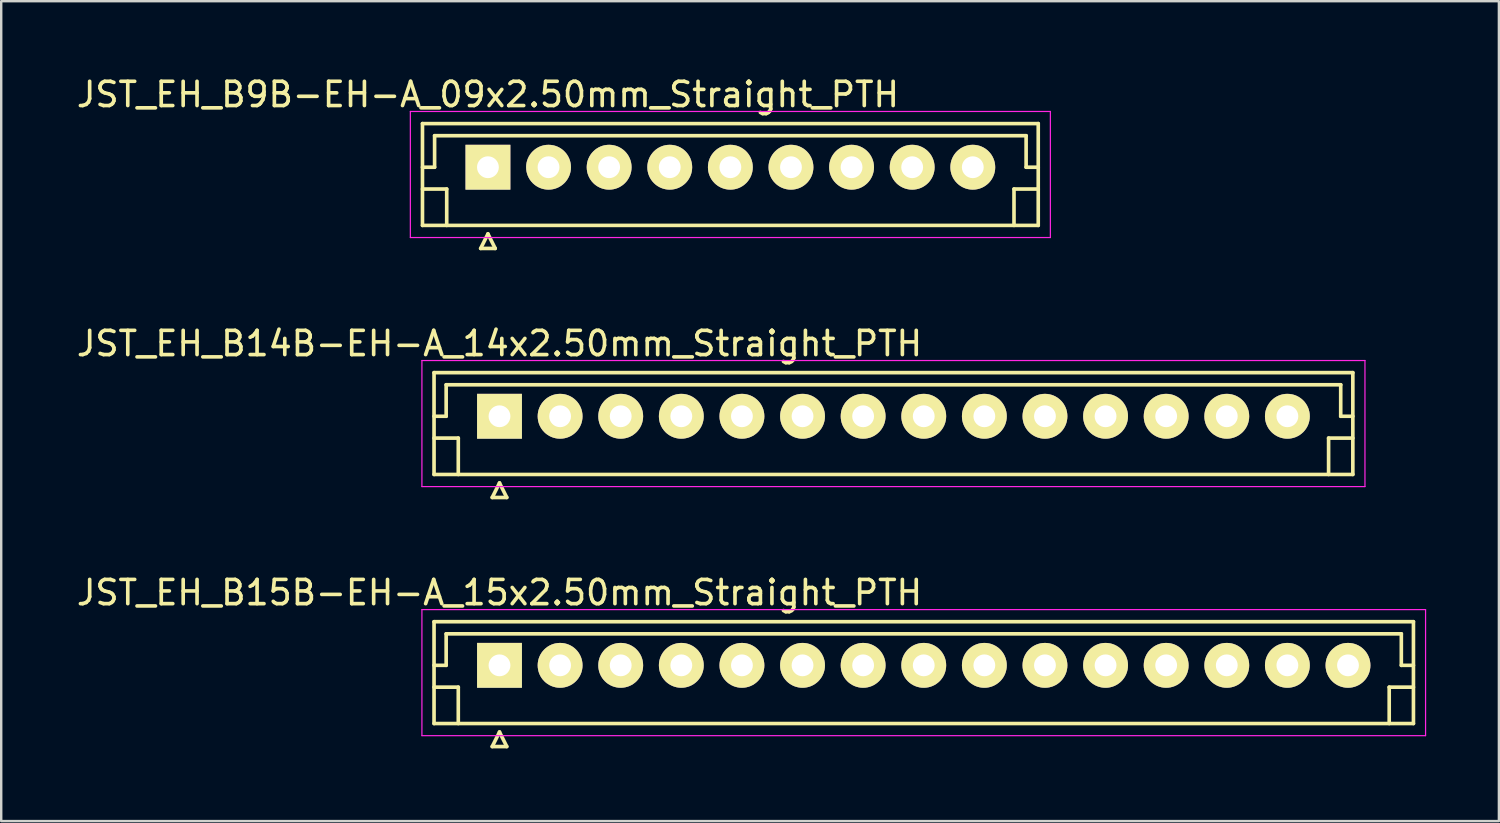
<source format=kicad_pcb>
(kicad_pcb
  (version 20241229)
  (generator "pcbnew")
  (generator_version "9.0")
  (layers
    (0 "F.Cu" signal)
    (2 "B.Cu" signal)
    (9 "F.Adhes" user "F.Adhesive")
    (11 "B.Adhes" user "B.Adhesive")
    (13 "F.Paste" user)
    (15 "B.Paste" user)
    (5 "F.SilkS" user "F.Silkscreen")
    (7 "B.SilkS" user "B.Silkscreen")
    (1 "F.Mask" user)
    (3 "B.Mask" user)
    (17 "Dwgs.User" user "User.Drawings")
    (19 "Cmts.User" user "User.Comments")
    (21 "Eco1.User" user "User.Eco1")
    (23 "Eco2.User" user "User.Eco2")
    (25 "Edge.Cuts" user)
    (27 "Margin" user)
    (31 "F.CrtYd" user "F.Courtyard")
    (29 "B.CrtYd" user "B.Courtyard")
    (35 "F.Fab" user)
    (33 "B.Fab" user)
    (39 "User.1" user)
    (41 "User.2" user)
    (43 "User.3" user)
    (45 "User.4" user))
  (footprint "JST_EH_B14B-EH-A_14x2.50mm_Straight_PTH"
    (layer "F.Cu")
    (at 17.554 14.121)
    (property "Reference" "JST_EH_B14B-EH-A_14x2.50mm_Straight_PTH" (at 0 -3 0) (layer "F.SilkS") (effects (font (size 1 1) (thickness 0.15))))
    (attr through_hole)
    (fp_line (start -2.7 -1.8) (end -2.7 2.4) (stroke (width 0.15) (type solid)) (layer "F.SilkS"))
    (fp_line (start -2.7 0) (end -2.2 0) (stroke (width 0.15) (type solid)) (layer "F.SilkS"))
    (fp_line (start -2.7 0.9) (end -1.7 0.9) (stroke (width 0.15) (type solid)) (layer "F.SilkS"))
    (fp_line (start -2.7 2.4) (end 35.2 2.4) (stroke (width 0.15) (type solid)) (layer "F.SilkS"))
    (fp_line (start -2.2 -1.3) (end 34.7 -1.3) (stroke (width 0.15) (type solid)) (layer "F.SilkS"))
    (fp_line (start -2.2 0) (end -2.2 -1.3) (stroke (width 0.15) (type solid)) (layer "F.SilkS"))
    (fp_line (start -1.7 0.9) (end -1.7 2.4) (stroke (width 0.15) (type solid)) (layer "F.SilkS"))
    (fp_line (start -0.3 3.35) (end 0.3 3.35) (stroke (width 0.15) (type solid)) (layer "F.SilkS"))
    (fp_line (start 0 2.75) (end -0.3 3.35) (stroke (width 0.15) (type solid)) (layer "F.SilkS"))
    (fp_line (start 0.3 3.35) (end 0 2.75) (stroke (width 0.15) (type solid)) (layer "F.SilkS"))
    (fp_line (start 34.2 0.9) (end 34.2 2.4) (stroke (width 0.15) (type solid)) (layer "F.SilkS"))
    (fp_line (start 34.7 -1.3) (end 34.7 0) (stroke (width 0.15) (type solid)) (layer "F.SilkS"))
    (fp_line (start 34.7 0) (end 35.2 0) (stroke (width 0.15) (type solid)) (layer "F.SilkS"))
    (fp_line (start 35.2 -1.8) (end -2.7 -1.8) (stroke (width 0.15) (type solid)) (layer "F.SilkS"))
    (fp_line (start 35.2 0.9) (end 34.2 0.9) (stroke (width 0.15) (type solid)) (layer "F.SilkS"))
    (fp_line (start 35.2 2.4) (end 35.2 -1.8) (stroke (width 0.15) (type solid)) (layer "F.SilkS"))
    (fp_line (start -3.2 -2.3) (end -3.2 2.9) (stroke (width 0.05) (type solid)) (layer "F.CrtYd"))
    (fp_line (start -3.2 2.9) (end 35.7 2.9) (stroke (width 0.05) (type solid)) (layer "F.CrtYd"))
    (fp_line (start 35.7 -2.3) (end -3.2 -2.3) (stroke (width 0.05) (type solid)) (layer "F.CrtYd"))
    (fp_line (start 35.7 2.9) (end 35.7 -2.3) (stroke (width 0.05) (type solid)) (layer "F.CrtYd"))
    (pad "1" thru_hole rect (at 0 0) (size 1.85 1.85) (drill 0.9) (layers "*.Cu" "*.Mask" "F.SilkS"))
    (pad "2" thru_hole circle (at 2.5 0) (size 1.85 1.85) (drill 0.9) (layers "*.Cu" "*.Mask" "F.SilkS"))
    (pad "3" thru_hole circle (at 5 0) (size 1.85 1.85) (drill 0.9) (layers "*.Cu" "*.Mask" "F.SilkS"))
    (pad "4" thru_hole circle (at 7.5 0) (size 1.85 1.85) (drill 0.9) (layers "*.Cu" "*.Mask" "F.SilkS"))
    (pad "5" thru_hole circle (at 10 0) (size 1.85 1.85) (drill 0.9) (layers "*.Cu" "*.Mask" "F.SilkS"))
    (pad "6" thru_hole circle (at 12.5 0) (size 1.85 1.85) (drill 0.9) (layers "*.Cu" "*.Mask" "F.SilkS"))
    (pad "7" thru_hole circle (at 15 0) (size 1.85 1.85) (drill 0.9) (layers "*.Cu" "*.Mask" "F.SilkS"))
    (pad "8" thru_hole circle (at 17.5 0) (size 1.85 1.85) (drill 0.9) (layers "*.Cu" "*.Mask" "F.SilkS"))
    (pad "9" thru_hole circle (at 20 0) (size 1.85 1.85) (drill 0.9) (layers "*.Cu" "*.Mask" "F.SilkS"))
    (pad "10" thru_hole circle (at 22.5 0) (size 1.85 1.85) (drill 0.9) (layers "*.Cu" "*.Mask" "F.SilkS"))
    (pad "11" thru_hole circle (at 25 0) (size 1.85 1.85) (drill 0.9) (layers "*.Cu" "*.Mask" "F.SilkS"))
    (pad "12" thru_hole circle (at 27.5 0) (size 1.85 1.85) (drill 0.9) (layers "*.Cu" "*.Mask" "F.SilkS"))
    (pad "13" thru_hole circle (at 30 0) (size 1.85 1.85) (drill 0.9) (layers "*.Cu" "*.Mask" "F.SilkS"))
    (pad "14" thru_hole circle (at 32.5 0) (size 1.85 1.85) (drill 0.9) (layers "*.Cu" "*.Mask" "F.SilkS")))
  (footprint "JST_EH_B15B-EH-A_15x2.50mm_Straight_PTH"
    (layer "F.Cu")
    (at 17.554 24.395)
    (property "Reference" "JST_EH_B15B-EH-A_15x2.50mm_Straight_PTH" (at 0 -3 0) (layer "F.SilkS") (effects (font (size 1 1) (thickness 0.15))))
    (attr through_hole)
    (fp_line (start -2.7 -1.8) (end -2.7 2.4) (stroke (width 0.15) (type solid)) (layer "F.SilkS"))
    (fp_line (start -2.7 0) (end -2.2 0) (stroke (width 0.15) (type solid)) (layer "F.SilkS"))
    (fp_line (start -2.7 0.9) (end -1.7 0.9) (stroke (width 0.15) (type solid)) (layer "F.SilkS"))
    (fp_line (start -2.7 2.4) (end 37.7 2.4) (stroke (width 0.15) (type solid)) (layer "F.SilkS"))
    (fp_line (start -2.2 -1.3) (end 37.2 -1.3) (stroke (width 0.15) (type solid)) (layer "F.SilkS"))
    (fp_line (start -2.2 0) (end -2.2 -1.3) (stroke (width 0.15) (type solid)) (layer "F.SilkS"))
    (fp_line (start -1.7 0.9) (end -1.7 2.4) (stroke (width 0.15) (type solid)) (layer "F.SilkS"))
    (fp_line (start -0.3 3.35) (end 0.3 3.35) (stroke (width 0.15) (type solid)) (layer "F.SilkS"))
    (fp_line (start 0 2.75) (end -0.3 3.35) (stroke (width 0.15) (type solid)) (layer "F.SilkS"))
    (fp_line (start 0.3 3.35) (end 0 2.75) (stroke (width 0.15) (type solid)) (layer "F.SilkS"))
    (fp_line (start 36.7 0.9) (end 36.7 2.4) (stroke (width 0.15) (type solid)) (layer "F.SilkS"))
    (fp_line (start 37.2 -1.3) (end 37.2 0) (stroke (width 0.15) (type solid)) (layer "F.SilkS"))
    (fp_line (start 37.2 0) (end 37.7 0) (stroke (width 0.15) (type solid)) (layer "F.SilkS"))
    (fp_line (start 37.7 -1.8) (end -2.7 -1.8) (stroke (width 0.15) (type solid)) (layer "F.SilkS"))
    (fp_line (start 37.7 0.9) (end 36.7 0.9) (stroke (width 0.15) (type solid)) (layer "F.SilkS"))
    (fp_line (start 37.7 2.4) (end 37.7 -1.8) (stroke (width 0.15) (type solid)) (layer "F.SilkS"))
    (fp_line (start -3.2 -2.3) (end -3.2 2.9) (stroke (width 0.05) (type solid)) (layer "F.CrtYd"))
    (fp_line (start -3.2 2.9) (end 38.2 2.9) (stroke (width 0.05) (type solid)) (layer "F.CrtYd"))
    (fp_line (start 38.2 -2.3) (end -3.2 -2.3) (stroke (width 0.05) (type solid)) (layer "F.CrtYd"))
    (fp_line (start 38.2 2.9) (end 38.2 -2.3) (stroke (width 0.05) (type solid)) (layer "F.CrtYd"))
    (pad "1" thru_hole rect (at 0 0) (size 1.85 1.85) (drill 0.9) (layers "*.Cu" "*.Mask" "F.SilkS"))
    (pad "2" thru_hole circle (at 2.5 0) (size 1.85 1.85) (drill 0.9) (layers "*.Cu" "*.Mask" "F.SilkS"))
    (pad "3" thru_hole circle (at 5 0) (size 1.85 1.85) (drill 0.9) (layers "*.Cu" "*.Mask" "F.SilkS"))
    (pad "4" thru_hole circle (at 7.5 0) (size 1.85 1.85) (drill 0.9) (layers "*.Cu" "*.Mask" "F.SilkS"))
    (pad "5" thru_hole circle (at 10 0) (size 1.85 1.85) (drill 0.9) (layers "*.Cu" "*.Mask" "F.SilkS"))
    (pad "6" thru_hole circle (at 12.5 0) (size 1.85 1.85) (drill 0.9) (layers "*.Cu" "*.Mask" "F.SilkS"))
    (pad "7" thru_hole circle (at 15 0) (size 1.85 1.85) (drill 0.9) (layers "*.Cu" "*.Mask" "F.SilkS"))
    (pad "8" thru_hole circle (at 17.5 0) (size 1.85 1.85) (drill 0.9) (layers "*.Cu" "*.Mask" "F.SilkS"))
    (pad "9" thru_hole circle (at 20 0) (size 1.85 1.85) (drill 0.9) (layers "*.Cu" "*.Mask" "F.SilkS"))
    (pad "10" thru_hole circle (at 22.5 0) (size 1.85 1.85) (drill 0.9) (layers "*.Cu" "*.Mask" "F.SilkS"))
    (pad "11" thru_hole circle (at 25 0) (size 1.85 1.85) (drill 0.9) (layers "*.Cu" "*.Mask" "F.SilkS"))
    (pad "12" thru_hole circle (at 27.5 0) (size 1.85 1.85) (drill 0.9) (layers "*.Cu" "*.Mask" "F.SilkS"))
    (pad "13" thru_hole circle (at 30 0) (size 1.85 1.85) (drill 0.9) (layers "*.Cu" "*.Mask" "F.SilkS"))
    (pad "14" thru_hole circle (at 32.5 0) (size 1.85 1.85) (drill 0.9) (layers "*.Cu" "*.Mask" "F.SilkS"))
    (pad "15" thru_hole circle (at 35 0) (size 1.85 1.85) (drill 0.9) (layers "*.Cu" "*.Mask" "F.SilkS")))
  (footprint "JST_EH_B9B-EH-A_09x2.50mm_Straight_PTH"
    (layer "F.Cu")
    (at 17.077 3.848)
    (property "Reference" "JST_EH_B9B-EH-A_09x2.50mm_Straight_PTH" (at 0 -3 0) (layer "F.SilkS") (effects (font (size 1 1) (thickness 0.15))))
    (attr through_hole)
    (fp_line (start -2.7 -1.8) (end -2.7 2.4) (stroke (width 0.15) (type solid)) (layer "F.SilkS"))
    (fp_line (start -2.7 0) (end -2.2 0) (stroke (width 0.15) (type solid)) (layer "F.SilkS"))
    (fp_line (start -2.7 0.9) (end -1.7 0.9) (stroke (width 0.15) (type solid)) (layer "F.SilkS"))
    (fp_line (start -2.7 2.4) (end 22.7 2.4) (stroke (width 0.15) (type solid)) (layer "F.SilkS"))
    (fp_line (start -2.2 -1.3) (end 22.2 -1.3) (stroke (width 0.15) (type solid)) (layer "F.SilkS"))
    (fp_line (start -2.2 0) (end -2.2 -1.3) (stroke (width 0.15) (type solid)) (layer "F.SilkS"))
    (fp_line (start -1.7 0.9) (end -1.7 2.4) (stroke (width 0.15) (type solid)) (layer "F.SilkS"))
    (fp_line (start -0.3 3.35) (end 0.3 3.35) (stroke (width 0.15) (type solid)) (layer "F.SilkS"))
    (fp_line (start 0 2.75) (end -0.3 3.35) (stroke (width 0.15) (type solid)) (layer "F.SilkS"))
    (fp_line (start 0.3 3.35) (end 0 2.75) (stroke (width 0.15) (type solid)) (layer "F.SilkS"))
    (fp_line (start 21.7 0.9) (end 21.7 2.4) (stroke (width 0.15) (type solid)) (layer "F.SilkS"))
    (fp_line (start 22.2 -1.3) (end 22.2 0) (stroke (width 0.15) (type solid)) (layer "F.SilkS"))
    (fp_line (start 22.2 0) (end 22.7 0) (stroke (width 0.15) (type solid)) (layer "F.SilkS"))
    (fp_line (start 22.7 -1.8) (end -2.7 -1.8) (stroke (width 0.15) (type solid)) (layer "F.SilkS"))
    (fp_line (start 22.7 0.9) (end 21.7 0.9) (stroke (width 0.15) (type solid)) (layer "F.SilkS"))
    (fp_line (start 22.7 2.4) (end 22.7 -1.8) (stroke (width 0.15) (type solid)) (layer "F.SilkS"))
    (fp_line (start -3.2 -2.3) (end -3.2 2.9) (stroke (width 0.05) (type solid)) (layer "F.CrtYd"))
    (fp_line (start -3.2 2.9) (end 23.2 2.9) (stroke (width 0.05) (type solid)) (layer "F.CrtYd"))
    (fp_line (start 23.2 -2.3) (end -3.2 -2.3) (stroke (width 0.05) (type solid)) (layer "F.CrtYd"))
    (fp_line (start 23.2 2.9) (end 23.2 -2.3) (stroke (width 0.05) (type solid)) (layer "F.CrtYd"))
    (pad "1" thru_hole rect (at 0 0) (size 1.85 1.85) (drill 0.9) (layers "*.Cu" "*.Mask" "F.SilkS"))
    (pad "2" thru_hole circle (at 2.5 0) (size 1.85 1.85) (drill 0.9) (layers "*.Cu" "*.Mask" "F.SilkS"))
    (pad "3" thru_hole circle (at 5 0) (size 1.85 1.85) (drill 0.9) (layers "*.Cu" "*.Mask" "F.SilkS"))
    (pad "4" thru_hole circle (at 7.5 0) (size 1.85 1.85) (drill 0.9) (layers "*.Cu" "*.Mask" "F.SilkS"))
    (pad "5" thru_hole circle (at 10 0) (size 1.85 1.85) (drill 0.9) (layers "*.Cu" "*.Mask" "F.SilkS"))
    (pad "6" thru_hole circle (at 12.5 0) (size 1.85 1.85) (drill 0.9) (layers "*.Cu" "*.Mask" "F.SilkS"))
    (pad "7" thru_hole circle (at 15 0) (size 1.85 1.85) (drill 0.9) (layers "*.Cu" "*.Mask" "F.SilkS"))
    (pad "8" thru_hole circle (at 17.5 0) (size 1.85 1.85) (drill 0.9) (layers "*.Cu" "*.Mask" "F.SilkS"))
    (pad "9" thru_hole circle (at 20 0) (size 1.85 1.85) (drill 0.9) (layers "*.Cu" "*.Mask" "F.SilkS")))
  (gr_rect
    (start -3 -3)
    (end 58.779 30.82)
    (stroke (width 0.1) (type default))
    (fill no)
    (layer "Edge.Cuts")))
</source>
